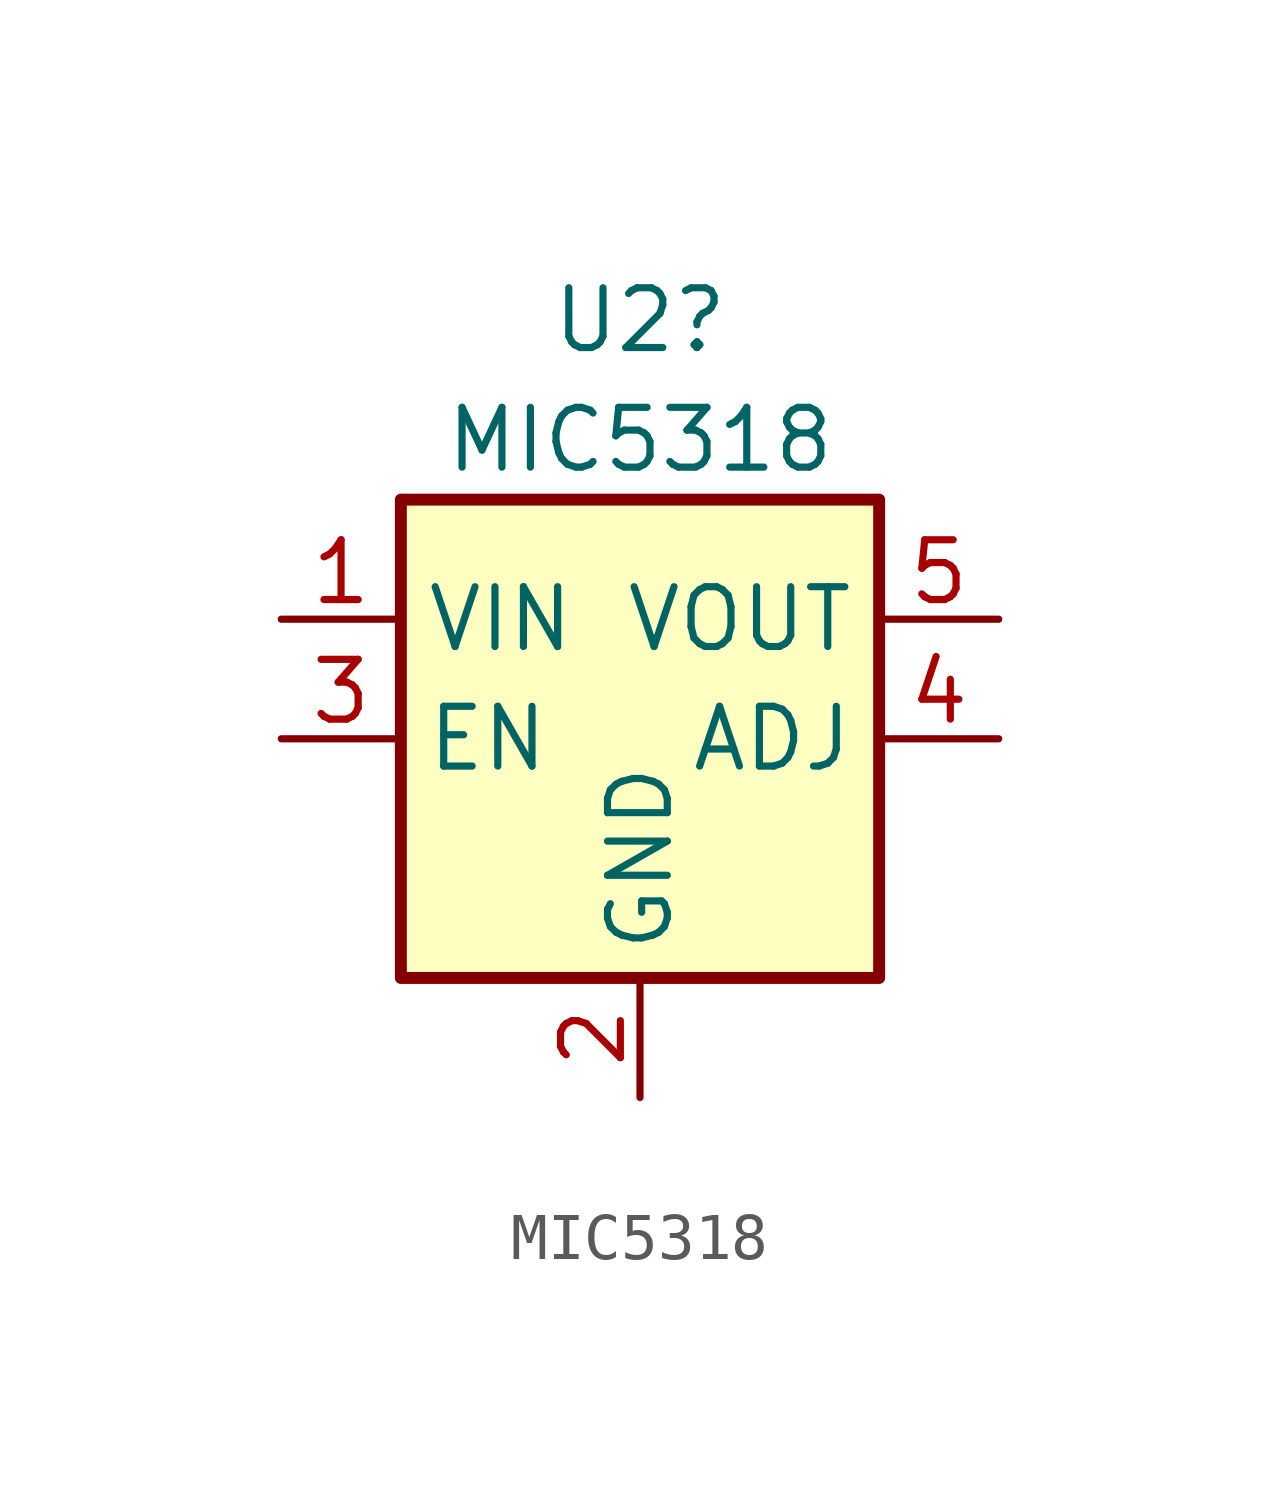
<source format=kicad_sym>
(kicad_symbol_lib
  (version 20220914)
  (generator kicad_symbol_editor)
  (symbol "MIC5318"
    (property "Reference" "U2"
      (at 0 8.89 0)
      (effects (font (size 1.27 1.27))))
    (property "Value" "MIC5318"
      (at 0 6.35 0)
      (effects (font (size 1.27 1.27))))
    (symbol "MIC5318_0_1"
      (rectangle (start -5.08 5.08) (end 5.08 -5.08) (stroke (width 0.254) (type default)) (fill (type background)))
      (pin power_in line (at 0 -7.62 90) (length 2.54) (name "GND" (effects (font (size 1.27 1.27)))) (number "2" (effects (font (size 1.27 1.27))))))
    (symbol "MIC5318_1_1"
      (pin power_in line (at -7.62 2.54 0) (length 2.54) (name "VIN" (effects (font (size 1.27 1.27)))) (number "1" (effects (font (size 1.27 1.27)))))
      (pin input line (at -7.62 0 0) (length 2.54) (name "EN" (effects (font (size 1.27 1.27)))) (number "3" (effects (font (size 1.27 1.27)))))
      (pin passive line (at 7.62 0 180) (length 2.54) (name "ADJ" (effects (font (size 1.27 1.27)))) (number "4" (effects (font (size 1.27 1.27)))))
      (pin power_out line (at 7.62 2.54 180) (length 2.54) (name "VOUT" (effects (font (size 1.27 1.27)))) (number "5" (effects (font (size 1.27 1.27))))))))
</source>
